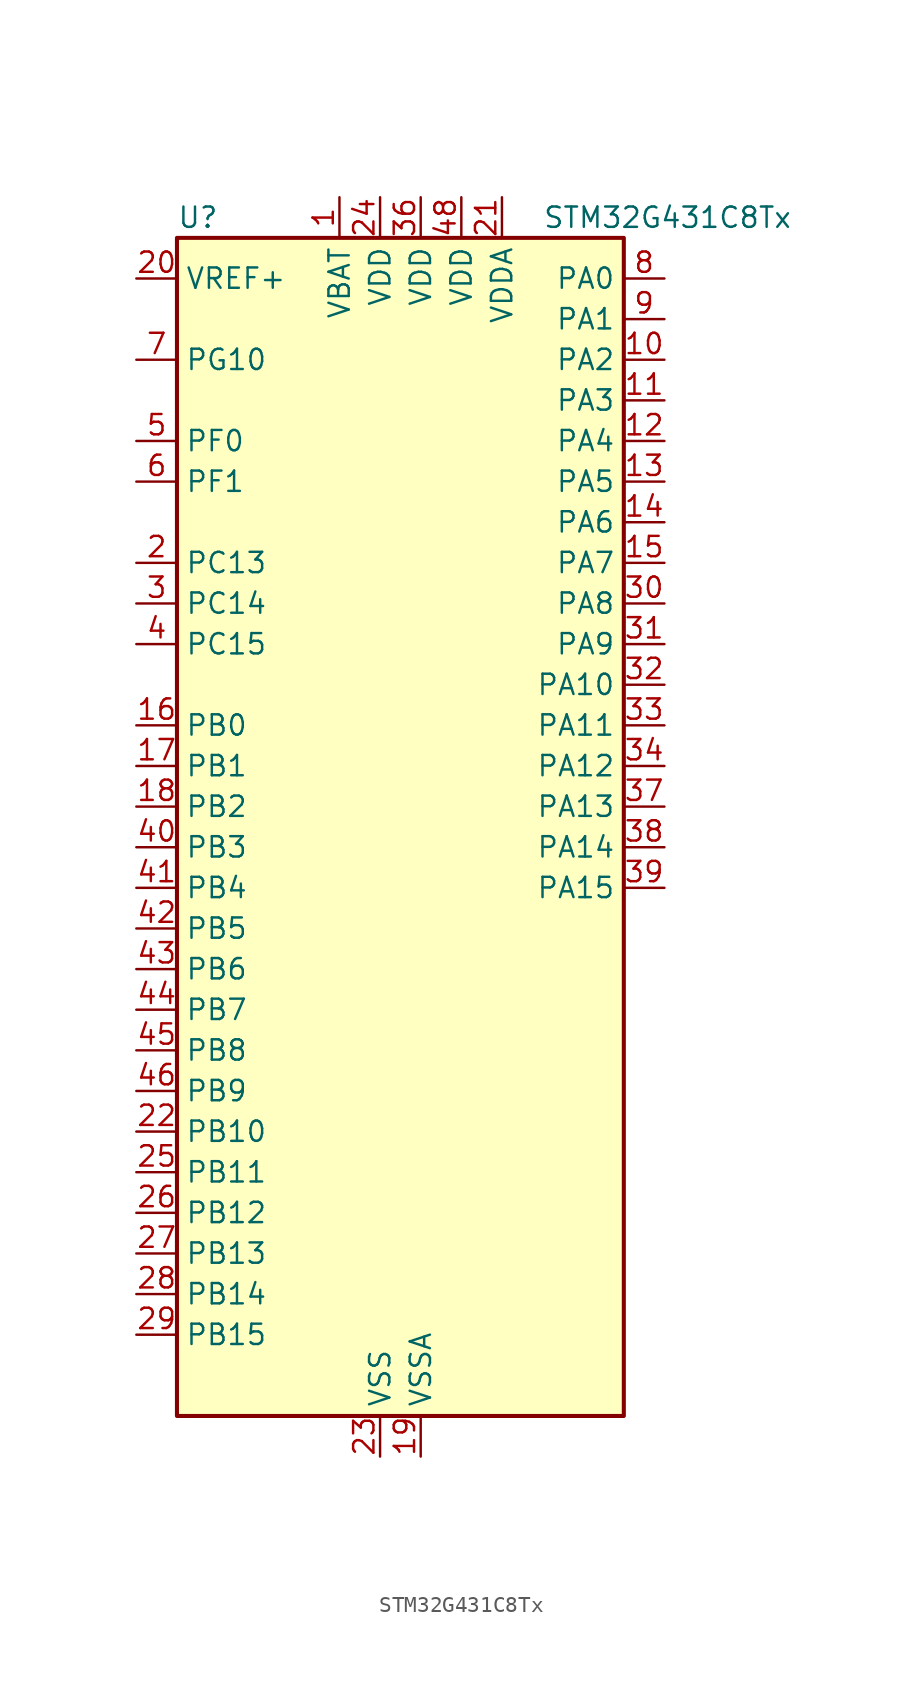
<source format=kicad_sym>
(kicad_symbol_lib
  (version 20220914)
  (generator kicad_symbol_editor)
  (symbol "STM32G431C8Tx"
    (property "Reference" "U"
      (at -12.7 39.37 0)
      (effects (font (size 1.27 1.27)) (justify left)))
    (property "Value" "STM32G431C8Tx"
      (at 10.16 39.37 0)
      (effects (font (size 1.27 1.27)) (justify left)))
    (property "ki_locked" ""
      (at 0 0 0)
      (effects (font (size 1.27 1.27))))
    (symbol "STM32G431C8Tx_0_1"
      (rectangle (start -12.7 -35.56) (end 15.24 38.1) (stroke (width 0.254) (type default)) (fill (type background))))
    (symbol "STM32G431C8Tx_1_1"
      (pin power_in line (at -2.54 40.64 270) (length 2.54) (name "VBAT" (effects (font (size 1.27 1.27)))) (number "1" (effects (font (size 1.27 1.27)))))
      (pin bidirectional line (at 17.78 30.48 180) (length 2.54) (name "PA2" (effects (font (size 1.27 1.27)))) (number "10" (effects (font (size 1.27 1.27)))) (alternate "ADC1_IN3" bidirectional line) (alternate "COMP2_INM" bidirectional line) (alternate "COMP2_OUT" bidirectional line) (alternate "LPUART1_TX" bidirectional line) (alternate "OPAMP1_VOUT" bidirectional line) (alternate "RCC_LSCO" bidirectional line) (alternate "SYS_WKUP4" bidirectional line) (alternate "TIM15_CH1" bidirectional line) (alternate "TIM2_CH3" bidirectional line) (alternate "UCPD1_FRSTX1" bidirectional line) (alternate "UCPD1_FRSTX2" bidirectional line) (alternate "USART2_TX" bidirectional line))
      (pin bidirectional line (at 17.78 27.94 180) (length 2.54) (name "PA3" (effects (font (size 1.27 1.27)))) (number "11" (effects (font (size 1.27 1.27)))) (alternate "ADC1_IN4" bidirectional line) (alternate "COMP2_INP" bidirectional line) (alternate "LPUART1_RX" bidirectional line) (alternate "OPAMP1_VINM" bidirectional line) (alternate "OPAMP1_VINM0" bidirectional line) (alternate "OPAMP1_VINM_SEC" bidirectional line) (alternate "OPAMP1_VINP" bidirectional line) (alternate "OPAMP1_VINP_SEC" bidirectional line) (alternate "SAI1_CK1" bidirectional line) (alternate "SAI1_MCLK_A" bidirectional line) (alternate "TIM15_CH2" bidirectional line) (alternate "TIM2_CH4" bidirectional line) (alternate "USART2_RX" bidirectional line))
      (pin bidirectional line (at 17.78 25.4 180) (length 2.54) (name "PA4" (effects (font (size 1.27 1.27)))) (number "12" (effects (font (size 1.27 1.27)))) (alternate "ADC2_IN17" bidirectional line) (alternate "COMP1_INM" bidirectional line) (alternate "DAC1_OUT1" bidirectional line) (alternate "I2S3_WS" bidirectional line) (alternate "SAI1_FS_B" bidirectional line) (alternate "SPI1_NSS" bidirectional line) (alternate "SPI3_NSS" bidirectional line) (alternate "TIM3_CH2" bidirectional line) (alternate "USART2_CK" bidirectional line))
      (pin bidirectional line (at 17.78 22.86 180) (length 2.54) (name "PA5" (effects (font (size 1.27 1.27)))) (number "13" (effects (font (size 1.27 1.27)))) (alternate "ADC2_IN13" bidirectional line) (alternate "COMP2_INM" bidirectional line) (alternate "DAC1_OUT2" bidirectional line) (alternate "OPAMP2_VINM" bidirectional line) (alternate "OPAMP2_VINM0" bidirectional line) (alternate "OPAMP2_VINM_SEC" bidirectional line) (alternate "SPI1_SCK" bidirectional line) (alternate "TIM2_CH1" bidirectional line) (alternate "TIM2_ETR" bidirectional line) (alternate "UCPD1_FRSTX1" bidirectional line) (alternate "UCPD1_FRSTX2" bidirectional line))
      (pin bidirectional line (at 17.78 20.32 180) (length 2.54) (name "PA6" (effects (font (size 1.27 1.27)))) (number "14" (effects (font (size 1.27 1.27)))) (alternate "ADC2_IN3" bidirectional line) (alternate "COMP1_OUT" bidirectional line) (alternate "LPUART1_CTS" bidirectional line) (alternate "OPAMP2_VOUT" bidirectional line) (alternate "SPI1_MISO" bidirectional line) (alternate "TIM16_CH1" bidirectional line) (alternate "TIM1_BKIN" bidirectional line) (alternate "TIM3_CH1" bidirectional line) (alternate "TIM8_BKIN" bidirectional line))
      (pin bidirectional line (at 17.78 17.78 180) (length 2.54) (name "PA7" (effects (font (size 1.27 1.27)))) (number "15" (effects (font (size 1.27 1.27)))) (alternate "ADC2_IN4" bidirectional line) (alternate "COMP2_INP" bidirectional line) (alternate "COMP2_OUT" bidirectional line) (alternate "OPAMP1_VINP" bidirectional line) (alternate "OPAMP1_VINP_SEC" bidirectional line) (alternate "OPAMP2_VINP" bidirectional line) (alternate "OPAMP2_VINP_SEC" bidirectional line) (alternate "SPI1_MOSI" bidirectional line) (alternate "TIM17_CH1" bidirectional line) (alternate "TIM1_CH1N" bidirectional line) (alternate "TIM3_CH2" bidirectional line) (alternate "TIM8_CH1N" bidirectional line) (alternate "UCPD1_FRSTX1" bidirectional line) (alternate "UCPD1_FRSTX2" bidirectional line))
      (pin bidirectional line (at -15.24 7.62 0) (length 2.54) (name "PB0" (effects (font (size 1.27 1.27)))) (number "16" (effects (font (size 1.27 1.27)))) (alternate "ADC1_IN15" bidirectional line) (alternate "COMP4_INP" bidirectional line) (alternate "OPAMP2_VINP" bidirectional line) (alternate "OPAMP2_VINP_SEC" bidirectional line) (alternate "OPAMP3_VINP" bidirectional line) (alternate "OPAMP3_VINP_SEC" bidirectional line) (alternate "TIM1_CH2N" bidirectional line) (alternate "TIM3_CH3" bidirectional line) (alternate "TIM8_CH2N" bidirectional line) (alternate "UCPD1_FRSTX1" bidirectional line) (alternate "UCPD1_FRSTX2" bidirectional line))
      (pin bidirectional line (at -15.24 5.08 0) (length 2.54) (name "PB1" (effects (font (size 1.27 1.27)))) (number "17" (effects (font (size 1.27 1.27)))) (alternate "ADC1_IN12" bidirectional line) (alternate "COMP1_INP" bidirectional line) (alternate "COMP4_OUT" bidirectional line) (alternate "LPUART1_DE" bidirectional line) (alternate "LPUART1_RTS" bidirectional line) (alternate "OPAMP3_VOUT" bidirectional line) (alternate "TIM1_CH3N" bidirectional line) (alternate "TIM3_CH4" bidirectional line) (alternate "TIM8_CH3N" bidirectional line))
      (pin bidirectional line (at -15.24 2.54 0) (length 2.54) (name "PB2" (effects (font (size 1.27 1.27)))) (number "18" (effects (font (size 1.27 1.27)))) (alternate "ADC2_IN12" bidirectional line) (alternate "COMP4_INM" bidirectional line) (alternate "I2C3_SMBA" bidirectional line) (alternate "LPTIM1_OUT" bidirectional line) (alternate "OPAMP3_VINM" bidirectional line) (alternate "OPAMP3_VINM0" bidirectional line) (alternate "OPAMP3_VINM_SEC" bidirectional line) (alternate "RTC_OUT2" bidirectional line))
      (pin power_in line (at 2.54 -38.1 90) (length 2.54) (name "VSSA" (effects (font (size 1.27 1.27)))) (number "19" (effects (font (size 1.27 1.27)))))
      (pin bidirectional line (at -15.24 17.78 0) (length 2.54) (name "PC13" (effects (font (size 1.27 1.27)))) (number "2" (effects (font (size 1.27 1.27)))) (alternate "RTC_OUT1" bidirectional line) (alternate "RTC_TAMP1" bidirectional line) (alternate "RTC_TS" bidirectional line) (alternate "SYS_WKUP2" bidirectional line) (alternate "TIM1_BKIN" bidirectional line) (alternate "TIM1_CH1N" bidirectional line) (alternate "TIM8_CH4N" bidirectional line))
      (pin input line (at -15.24 35.56 0) (length 2.54) (name "VREF+" (effects (font (size 1.27 1.27)))) (number "20" (effects (font (size 1.27 1.27)))) (alternate "VREFBUF_OUT" bidirectional line))
      (pin power_in line (at 7.62 40.64 270) (length 2.54) (name "VDDA" (effects (font (size 1.27 1.27)))) (number "21" (effects (font (size 1.27 1.27)))))
      (pin bidirectional line (at -15.24 -17.78 0) (length 2.54) (name "PB10" (effects (font (size 1.27 1.27)))) (number "22" (effects (font (size 1.27 1.27)))) (alternate "DAC1_EXTI10" bidirectional line) (alternate "DAC3_EXTI10" bidirectional line) (alternate "LPUART1_RX" bidirectional line) (alternate "OPAMP3_VINM" bidirectional line) (alternate "OPAMP3_VINM1" bidirectional line) (alternate "OPAMP3_VINM_SEC" bidirectional line) (alternate "SAI1_SCK_A" bidirectional line) (alternate "TIM1_BKIN" bidirectional line) (alternate "TIM2_CH3" bidirectional line) (alternate "USART3_TX" bidirectional line))
      (pin power_in line (at 0 -38.1 90) (length 2.54) (name "VSS" (effects (font (size 1.27 1.27)))) (number "23" (effects (font (size 1.27 1.27)))))
      (pin power_in line (at 0 40.64 270) (length 2.54) (name "VDD" (effects (font (size 1.27 1.27)))) (number "24" (effects (font (size 1.27 1.27)))))
      (pin bidirectional line (at -15.24 -20.32 0) (length 2.54) (name "PB11" (effects (font (size 1.27 1.27)))) (number "25" (effects (font (size 1.27 1.27)))) (alternate "ADC1_EXTI11" bidirectional line) (alternate "ADC1_IN14" bidirectional line) (alternate "ADC2_EXTI11" bidirectional line) (alternate "ADC2_IN14" bidirectional line) (alternate "LPUART1_TX" bidirectional line) (alternate "TIM2_CH4" bidirectional line) (alternate "USART3_RX" bidirectional line))
      (pin bidirectional line (at -15.24 -22.86 0) (length 2.54) (name "PB12" (effects (font (size 1.27 1.27)))) (number "26" (effects (font (size 1.27 1.27)))) (alternate "ADC1_IN11" bidirectional line) (alternate "I2C2_SMBA" bidirectional line) (alternate "I2S2_WS" bidirectional line) (alternate "LPUART1_DE" bidirectional line) (alternate "LPUART1_RTS" bidirectional line) (alternate "SPI2_NSS" bidirectional line) (alternate "TIM1_BKIN" bidirectional line) (alternate "USART3_CK" bidirectional line))
      (pin bidirectional line (at -15.24 -25.4 0) (length 2.54) (name "PB13" (effects (font (size 1.27 1.27)))) (number "27" (effects (font (size 1.27 1.27)))) (alternate "I2S2_CK" bidirectional line) (alternate "LPUART1_CTS" bidirectional line) (alternate "OPAMP3_VINP" bidirectional line) (alternate "OPAMP3_VINP_SEC" bidirectional line) (alternate "SPI2_SCK" bidirectional line) (alternate "TIM1_CH1N" bidirectional line) (alternate "USART3_CTS" bidirectional line) (alternate "USART3_NSS" bidirectional line))
      (pin bidirectional line (at -15.24 -27.94 0) (length 2.54) (name "PB14" (effects (font (size 1.27 1.27)))) (number "28" (effects (font (size 1.27 1.27)))) (alternate "ADC1_IN5" bidirectional line) (alternate "COMP4_OUT" bidirectional line) (alternate "OPAMP2_VINP" bidirectional line) (alternate "OPAMP2_VINP_SEC" bidirectional line) (alternate "SPI2_MISO" bidirectional line) (alternate "TIM15_CH1" bidirectional line) (alternate "TIM1_CH2N" bidirectional line) (alternate "USART3_DE" bidirectional line) (alternate "USART3_RTS" bidirectional line))
      (pin bidirectional line (at -15.24 -30.48 0) (length 2.54) (name "PB15" (effects (font (size 1.27 1.27)))) (number "29" (effects (font (size 1.27 1.27)))) (alternate "ADC1_EXTI15" bidirectional line) (alternate "ADC2_EXTI15" bidirectional line) (alternate "ADC2_IN15" bidirectional line) (alternate "COMP3_OUT" bidirectional line) (alternate "I2S2_SD" bidirectional line) (alternate "RTC_REFIN" bidirectional line) (alternate "SPI2_MOSI" bidirectional line) (alternate "TIM15_CH1N" bidirectional line) (alternate "TIM15_CH2" bidirectional line) (alternate "TIM1_CH3N" bidirectional line))
      (pin bidirectional line (at -15.24 15.24 0) (length 2.54) (name "PC14" (effects (font (size 1.27 1.27)))) (number "3" (effects (font (size 1.27 1.27)))) (alternate "RCC_OSC32_IN" bidirectional line))
      (pin bidirectional line (at 17.78 15.24 180) (length 2.54) (name "PA8" (effects (font (size 1.27 1.27)))) (number "30" (effects (font (size 1.27 1.27)))) (alternate "I2C2_SDA" bidirectional line) (alternate "I2C3_SCL" bidirectional line) (alternate "I2S2_MCK" bidirectional line) (alternate "RCC_MCO" bidirectional line) (alternate "SAI1_CK2" bidirectional line) (alternate "SAI1_SCK_A" bidirectional line) (alternate "TIM1_CH1" bidirectional line) (alternate "TIM4_ETR" bidirectional line) (alternate "USART1_CK" bidirectional line))
      (pin bidirectional line (at 17.78 12.7 180) (length 2.54) (name "PA9" (effects (font (size 1.27 1.27)))) (number "31" (effects (font (size 1.27 1.27)))) (alternate "DAC1_EXTI9" bidirectional line) (alternate "DAC3_EXTI9" bidirectional line) (alternate "I2C2_SCL" bidirectional line) (alternate "I2C3_SMBA" bidirectional line) (alternate "I2S3_MCK" bidirectional line) (alternate "SAI1_FS_A" bidirectional line) (alternate "TIM15_BKIN" bidirectional line) (alternate "TIM1_CH2" bidirectional line) (alternate "TIM2_CH3" bidirectional line) (alternate "UCPD1_DBCC1" bidirectional line) (alternate "USART1_TX" bidirectional line))
      (pin bidirectional line (at 17.78 10.16 180) (length 2.54) (name "PA10" (effects (font (size 1.27 1.27)))) (number "32" (effects (font (size 1.27 1.27)))) (alternate "CRS_SYNC" bidirectional line) (alternate "DAC1_EXTI10" bidirectional line) (alternate "DAC3_EXTI10" bidirectional line) (alternate "I2C2_SMBA" bidirectional line) (alternate "SAI1_D1" bidirectional line) (alternate "SAI1_SD_A" bidirectional line) (alternate "SPI2_MISO" bidirectional line) (alternate "TIM17_BKIN" bidirectional line) (alternate "TIM1_CH3" bidirectional line) (alternate "TIM2_CH4" bidirectional line) (alternate "TIM8_BKIN" bidirectional line) (alternate "UCPD1_DBCC2" bidirectional line) (alternate "USART1_RX" bidirectional line))
      (pin bidirectional line (at 17.78 7.62 180) (length 2.54) (name "PA11" (effects (font (size 1.27 1.27)))) (number "33" (effects (font (size 1.27 1.27)))) (alternate "ADC1_EXTI11" bidirectional line) (alternate "ADC2_EXTI11" bidirectional line) (alternate "COMP1_OUT" bidirectional line) (alternate "FDCAN1_RX" bidirectional line) (alternate "I2S2_SD" bidirectional line) (alternate "SPI2_MOSI" bidirectional line) (alternate "TIM1_BKIN2" bidirectional line) (alternate "TIM1_CH1N" bidirectional line) (alternate "TIM1_CH4" bidirectional line) (alternate "TIM4_CH1" bidirectional line) (alternate "USART1_CTS" bidirectional line) (alternate "USART1_NSS" bidirectional line) (alternate "USB_DM" bidirectional line))
      (pin bidirectional line (at 17.78 5.08 180) (length 2.54) (name "PA12" (effects (font (size 1.27 1.27)))) (number "34" (effects (font (size 1.27 1.27)))) (alternate "COMP2_OUT" bidirectional line) (alternate "FDCAN1_TX" bidirectional line) (alternate "I2S_CKIN" bidirectional line) (alternate "TIM16_CH1" bidirectional line) (alternate "TIM1_CH2N" bidirectional line) (alternate "TIM1_ETR" bidirectional line) (alternate "TIM4_CH2" bidirectional line) (alternate "USART1_DE" bidirectional line) (alternate "USART1_RTS" bidirectional line) (alternate "USB_DP" bidirectional line))
      (pin passive line (at 0 -38.1 90) (length 2.54) hide (name "VSS" (effects (font (size 1.27 1.27)))) (number "35" (effects (font (size 1.27 1.27)))))
      (pin power_in line (at 2.54 40.64 270) (length 2.54) (name "VDD" (effects (font (size 1.27 1.27)))) (number "36" (effects (font (size 1.27 1.27)))))
      (pin bidirectional line (at 17.78 2.54 180) (length 2.54) (name "PA13" (effects (font (size 1.27 1.27)))) (number "37" (effects (font (size 1.27 1.27)))) (alternate "I2C1_SCL" bidirectional line) (alternate "IR_OUT" bidirectional line) (alternate "SAI1_SD_B" bidirectional line) (alternate "SYS_JTMS-SWDIO" bidirectional line) (alternate "TIM16_CH1N" bidirectional line) (alternate "TIM4_CH3" bidirectional line) (alternate "USART3_CTS" bidirectional line) (alternate "USART3_NSS" bidirectional line))
      (pin bidirectional line (at 17.78 0 180) (length 2.54) (name "PA14" (effects (font (size 1.27 1.27)))) (number "38" (effects (font (size 1.27 1.27)))) (alternate "I2C1_SDA" bidirectional line) (alternate "LPTIM1_OUT" bidirectional line) (alternate "SAI1_FS_B" bidirectional line) (alternate "SYS_JTCK-SWCLK" bidirectional line) (alternate "TIM1_BKIN" bidirectional line) (alternate "TIM8_CH2" bidirectional line) (alternate "USART2_TX" bidirectional line))
      (pin bidirectional line (at 17.78 -2.54 180) (length 2.54) (name "PA15" (effects (font (size 1.27 1.27)))) (number "39" (effects (font (size 1.27 1.27)))) (alternate "ADC1_EXTI15" bidirectional line) (alternate "ADC2_EXTI15" bidirectional line) (alternate "I2C1_SCL" bidirectional line) (alternate "I2S3_WS" bidirectional line) (alternate "SPI1_NSS" bidirectional line) (alternate "SPI3_NSS" bidirectional line) (alternate "SYS_JTDI" bidirectional line) (alternate "TIM1_BKIN" bidirectional line) (alternate "TIM2_CH1" bidirectional line) (alternate "TIM2_ETR" bidirectional line) (alternate "TIM8_CH1" bidirectional line) (alternate "USART2_RX" bidirectional line))
      (pin bidirectional line (at -15.24 12.7 0) (length 2.54) (name "PC15" (effects (font (size 1.27 1.27)))) (number "4" (effects (font (size 1.27 1.27)))) (alternate "ADC1_EXTI15" bidirectional line) (alternate "ADC2_EXTI15" bidirectional line) (alternate "RCC_OSC32_OUT" bidirectional line))
      (pin bidirectional line (at -15.24 0 0) (length 2.54) (name "PB3" (effects (font (size 1.27 1.27)))) (number "40" (effects (font (size 1.27 1.27)))) (alternate "CRS_SYNC" bidirectional line) (alternate "I2S3_CK" bidirectional line) (alternate "SAI1_SCK_B" bidirectional line) (alternate "SPI1_SCK" bidirectional line) (alternate "SPI3_SCK" bidirectional line) (alternate "SYS_JTDO-SWO" bidirectional line) (alternate "TIM2_CH2" bidirectional line) (alternate "TIM3_ETR" bidirectional line) (alternate "TIM4_ETR" bidirectional line) (alternate "TIM8_CH1N" bidirectional line) (alternate "USART2_TX" bidirectional line))
      (pin bidirectional line (at -15.24 -2.54 0) (length 2.54) (name "PB4" (effects (font (size 1.27 1.27)))) (number "41" (effects (font (size 1.27 1.27)))) (alternate "SAI1_MCLK_B" bidirectional line) (alternate "SPI1_MISO" bidirectional line) (alternate "SPI3_MISO" bidirectional line) (alternate "SYS_JTRST" bidirectional line) (alternate "TIM16_CH1" bidirectional line) (alternate "TIM17_BKIN" bidirectional line) (alternate "TIM3_CH1" bidirectional line) (alternate "TIM8_CH2N" bidirectional line) (alternate "UCPD1_CC2" bidirectional line) (alternate "USART2_RX" bidirectional line))
      (pin bidirectional line (at -15.24 -5.08 0) (length 2.54) (name "PB5" (effects (font (size 1.27 1.27)))) (number "42" (effects (font (size 1.27 1.27)))) (alternate "I2C1_SMBA" bidirectional line) (alternate "I2C3_SDA" bidirectional line) (alternate "I2S3_SD" bidirectional line) (alternate "LPTIM1_IN1" bidirectional line) (alternate "SAI1_SD_B" bidirectional line) (alternate "SPI1_MOSI" bidirectional line) (alternate "SPI3_MOSI" bidirectional line) (alternate "TIM16_BKIN" bidirectional line) (alternate "TIM17_CH1" bidirectional line) (alternate "TIM3_CH2" bidirectional line) (alternate "TIM8_CH3N" bidirectional line) (alternate "USART2_CK" bidirectional line))
      (pin bidirectional line (at -15.24 -7.62 0) (length 2.54) (name "PB6" (effects (font (size 1.27 1.27)))) (number "43" (effects (font (size 1.27 1.27)))) (alternate "COMP4_OUT" bidirectional line) (alternate "LPTIM1_ETR" bidirectional line) (alternate "SAI1_FS_B" bidirectional line) (alternate "TIM16_CH1N" bidirectional line) (alternate "TIM4_CH1" bidirectional line) (alternate "TIM8_BKIN2" bidirectional line) (alternate "TIM8_CH1" bidirectional line) (alternate "TIM8_ETR" bidirectional line) (alternate "UCPD1_CC1" bidirectional line) (alternate "USART1_TX" bidirectional line))
      (pin bidirectional line (at -15.24 -10.16 0) (length 2.54) (name "PB7" (effects (font (size 1.27 1.27)))) (number "44" (effects (font (size 1.27 1.27)))) (alternate "COMP3_OUT" bidirectional line) (alternate "I2C1_SDA" bidirectional line) (alternate "LPTIM1_IN2" bidirectional line) (alternate "SYS_PVD_IN" bidirectional line) (alternate "TIM17_CH1N" bidirectional line) (alternate "TIM3_CH4" bidirectional line) (alternate "TIM4_CH2" bidirectional line) (alternate "TIM8_BKIN" bidirectional line) (alternate "USART1_RX" bidirectional line))
      (pin bidirectional line (at -15.24 -12.7 0) (length 2.54) (name "PB8" (effects (font (size 1.27 1.27)))) (number "45" (effects (font (size 1.27 1.27)))) (alternate "COMP1_OUT" bidirectional line) (alternate "FDCAN1_RX" bidirectional line) (alternate "I2C1_SCL" bidirectional line) (alternate "SAI1_CK1" bidirectional line) (alternate "SAI1_MCLK_A" bidirectional line) (alternate "TIM16_CH1" bidirectional line) (alternate "TIM1_BKIN" bidirectional line) (alternate "TIM4_CH3" bidirectional line) (alternate "TIM8_CH2" bidirectional line) (alternate "USART3_RX" bidirectional line))
      (pin bidirectional line (at -15.24 -15.24 0) (length 2.54) (name "PB9" (effects (font (size 1.27 1.27)))) (number "46" (effects (font (size 1.27 1.27)))) (alternate "COMP2_OUT" bidirectional line) (alternate "DAC1_EXTI9" bidirectional line) (alternate "DAC3_EXTI9" bidirectional line) (alternate "FDCAN1_TX" bidirectional line) (alternate "I2C1_SDA" bidirectional line) (alternate "IR_OUT" bidirectional line) (alternate "SAI1_D2" bidirectional line) (alternate "SAI1_FS_A" bidirectional line) (alternate "TIM17_CH1" bidirectional line) (alternate "TIM1_CH3N" bidirectional line) (alternate "TIM4_CH4" bidirectional line) (alternate "TIM8_CH3" bidirectional line) (alternate "USART3_TX" bidirectional line))
      (pin passive line (at 0 -38.1 90) (length 2.54) hide (name "VSS" (effects (font (size 1.27 1.27)))) (number "47" (effects (font (size 1.27 1.27)))))
      (pin power_in line (at 5.08 40.64 270) (length 2.54) (name "VDD" (effects (font (size 1.27 1.27)))) (number "48" (effects (font (size 1.27 1.27)))))
      (pin bidirectional line (at -15.24 25.4 0) (length 2.54) (name "PF0" (effects (font (size 1.27 1.27)))) (number "5" (effects (font (size 1.27 1.27)))) (alternate "ADC1_IN10" bidirectional line) (alternate "I2C2_SDA" bidirectional line) (alternate "I2S2_WS" bidirectional line) (alternate "RCC_OSC_IN" bidirectional line) (alternate "SPI2_NSS" bidirectional line) (alternate "TIM1_CH3N" bidirectional line))
      (pin bidirectional line (at -15.24 22.86 0) (length 2.54) (name "PF1" (effects (font (size 1.27 1.27)))) (number "6" (effects (font (size 1.27 1.27)))) (alternate "ADC2_IN10" bidirectional line) (alternate "COMP3_INM" bidirectional line) (alternate "I2S2_CK" bidirectional line) (alternate "RCC_OSC_OUT" bidirectional line) (alternate "SPI2_SCK" bidirectional line))
      (pin bidirectional line (at -15.24 30.48 0) (length 2.54) (name "PG10" (effects (font (size 1.27 1.27)))) (number "7" (effects (font (size 1.27 1.27)))) (alternate "DAC1_EXTI10" bidirectional line) (alternate "DAC3_EXTI10" bidirectional line) (alternate "RCC_MCO" bidirectional line))
      (pin bidirectional line (at 17.78 35.56 180) (length 2.54) (name "PA0" (effects (font (size 1.27 1.27)))) (number "8" (effects (font (size 1.27 1.27)))) (alternate "ADC1_IN1" bidirectional line) (alternate "ADC2_IN1" bidirectional line) (alternate "COMP1_INM" bidirectional line) (alternate "COMP1_OUT" bidirectional line) (alternate "COMP3_INP" bidirectional line) (alternate "RTC_TAMP2" bidirectional line) (alternate "SYS_WKUP1" bidirectional line) (alternate "TIM2_CH1" bidirectional line) (alternate "TIM2_ETR" bidirectional line) (alternate "TIM8_BKIN" bidirectional line) (alternate "TIM8_ETR" bidirectional line) (alternate "USART2_CTS" bidirectional line) (alternate "USART2_NSS" bidirectional line))
      (pin bidirectional line (at 17.78 33.02 180) (length 2.54) (name "PA1" (effects (font (size 1.27 1.27)))) (number "9" (effects (font (size 1.27 1.27)))) (alternate "ADC1_IN2" bidirectional line) (alternate "ADC2_IN2" bidirectional line) (alternate "COMP1_INP" bidirectional line) (alternate "OPAMP1_VINP" bidirectional line) (alternate "OPAMP1_VINP_SEC" bidirectional line) (alternate "OPAMP3_VINP" bidirectional line) (alternate "OPAMP3_VINP_SEC" bidirectional line) (alternate "RTC_REFIN" bidirectional line) (alternate "TIM15_CH1N" bidirectional line) (alternate "TIM2_CH2" bidirectional line) (alternate "USART2_DE" bidirectional line) (alternate "USART2_RTS" bidirectional line)))))
</source>
